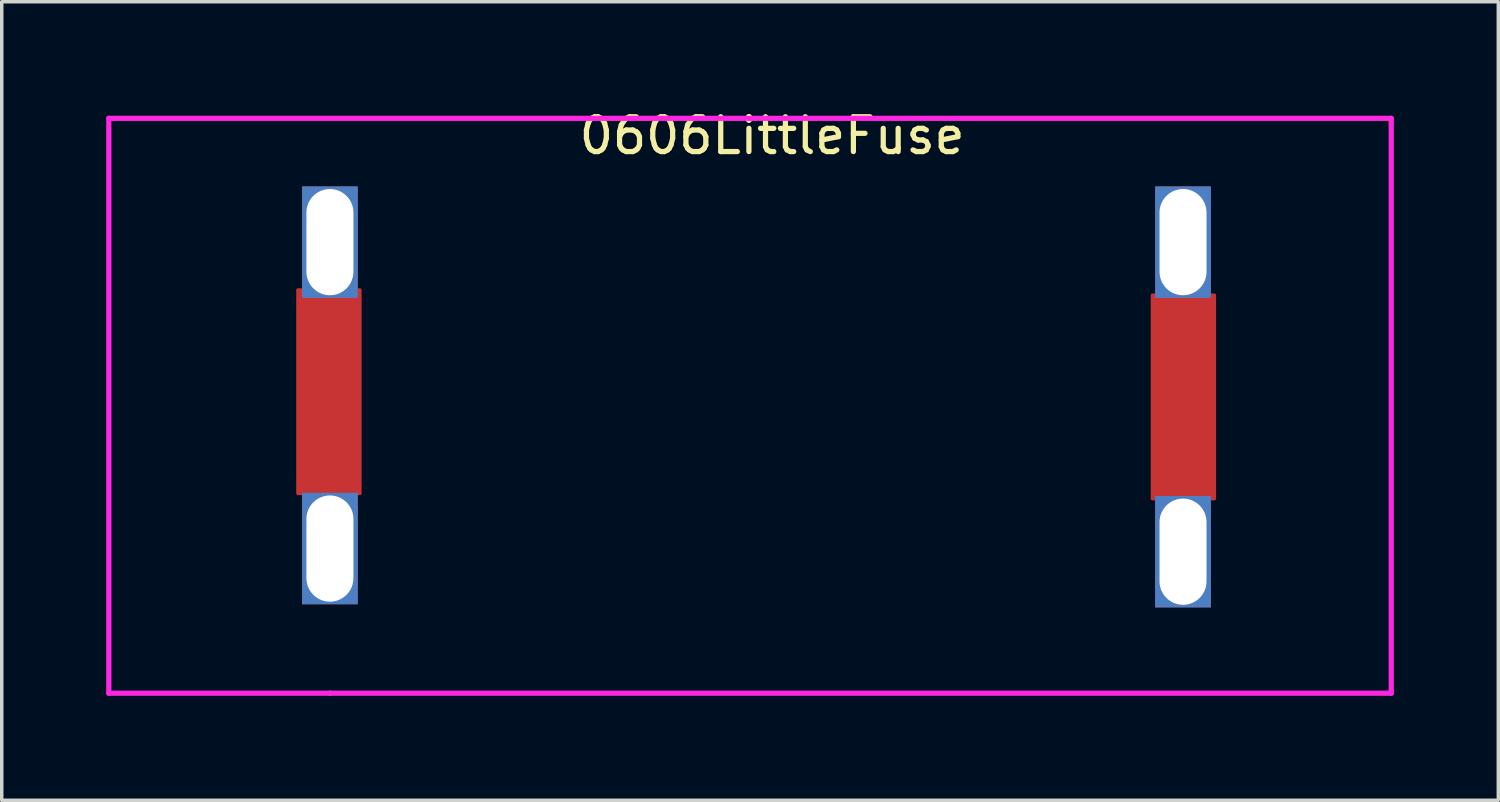
<source format=kicad_pcb>
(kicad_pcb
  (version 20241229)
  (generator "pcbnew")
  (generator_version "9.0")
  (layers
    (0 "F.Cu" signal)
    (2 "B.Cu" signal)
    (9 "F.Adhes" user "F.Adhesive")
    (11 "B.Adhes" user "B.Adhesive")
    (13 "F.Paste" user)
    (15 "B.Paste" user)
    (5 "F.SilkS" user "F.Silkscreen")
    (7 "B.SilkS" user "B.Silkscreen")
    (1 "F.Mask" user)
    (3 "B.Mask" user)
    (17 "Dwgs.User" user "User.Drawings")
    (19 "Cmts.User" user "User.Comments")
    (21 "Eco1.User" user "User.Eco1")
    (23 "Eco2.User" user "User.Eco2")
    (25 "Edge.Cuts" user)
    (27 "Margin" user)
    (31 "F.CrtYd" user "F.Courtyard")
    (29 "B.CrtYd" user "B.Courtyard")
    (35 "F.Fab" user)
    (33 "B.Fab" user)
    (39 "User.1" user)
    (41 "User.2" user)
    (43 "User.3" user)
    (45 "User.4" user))
  (footprint "0606LittleFuse"
    (layer "F.Cu")
    (at 19.125 0.348)
    (property "Reference" "0606LittleFuse" (at 0 0.5 0) (layer "F.SilkS") (effects (font (size 1 1) (thickness 0.15))))
    (attr through_hole)
    (fp_poly (pts (xy -13.618 4.93) (xy -13.618 10.772) (xy -11.84 10.772) (xy -11.84 4.93)) (stroke (width 0.1) (type solid)) (fill yes) (layer "F.Cu"))
    (fp_poly (pts (xy 10.922 5.08) (xy 10.922 10.922) (xy 12.7 10.922) (xy 12.7 5.08)) (stroke (width 0.1) (type solid)) (fill yes) (layer "F.Cu"))
    (fp_line (start -19.05 0) (end 17.78 0) (stroke (width 0.15) (type solid)) (layer "F.CrtYd"))
    (fp_line (start -19.05 16.51) (end -19.05 0) (stroke (width 0.15) (type solid)) (layer "F.CrtYd"))
    (fp_line (start -12.7 16.51) (end -19.05 16.51) (stroke (width 0.15) (type solid)) (layer "F.CrtYd"))
    (fp_line (start 17.78 0) (end 17.78 16.51) (stroke (width 0.15) (type solid)) (layer "F.CrtYd"))
    (fp_line (start 17.78 16.51) (end -12.7 16.51) (stroke (width 0.15) (type solid)) (layer "F.CrtYd"))
    (pad "1" thru_hole rect (at -12.7 3.556) (size 1.6 3.2) (drill oval 1.35 3.05) (layers "*.Cu" "*.Mask"))
    (pad "1" thru_hole rect (at -12.7 12.356) (size 1.6 3.2) (drill oval 1.35 3.05) (layers "*.Cu" "*.Mask"))
    (pad "2" thru_hole rect (at 11.8 3.556) (size 1.6 3.2) (drill oval 1.35 3.05) (layers "*.Cu" "*.Mask"))
    (pad "2" thru_hole rect (at 11.8 12.446) (size 1.6 3.2) (drill oval 1.35 3.05) (layers "*.Cu" "*.Mask")))
  (gr_rect
    (start -3 -3)
    (end 39.98 19.933)
    (stroke (width 0.1) (type default))
    (fill no)
    (layer "Edge.Cuts")))
</source>
